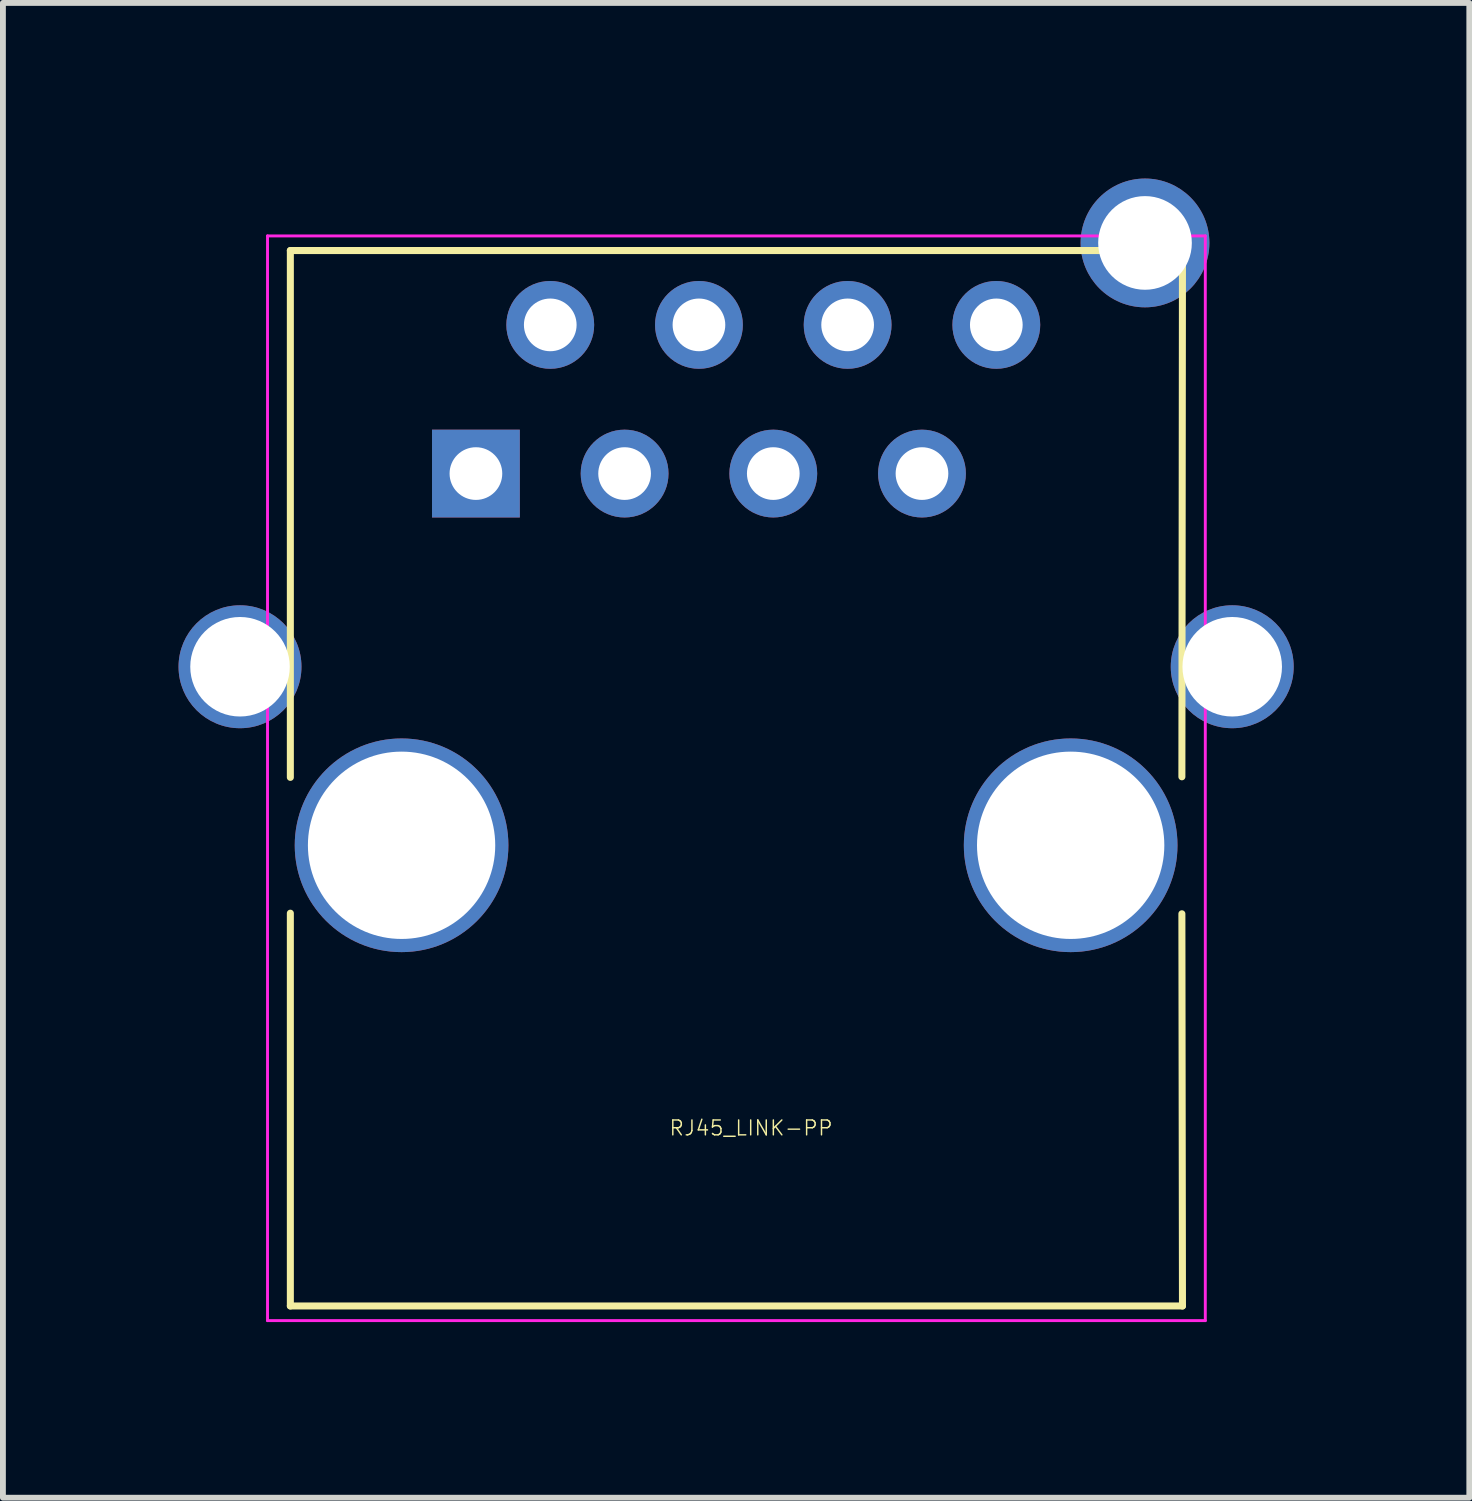
<source format=kicad_pcb>
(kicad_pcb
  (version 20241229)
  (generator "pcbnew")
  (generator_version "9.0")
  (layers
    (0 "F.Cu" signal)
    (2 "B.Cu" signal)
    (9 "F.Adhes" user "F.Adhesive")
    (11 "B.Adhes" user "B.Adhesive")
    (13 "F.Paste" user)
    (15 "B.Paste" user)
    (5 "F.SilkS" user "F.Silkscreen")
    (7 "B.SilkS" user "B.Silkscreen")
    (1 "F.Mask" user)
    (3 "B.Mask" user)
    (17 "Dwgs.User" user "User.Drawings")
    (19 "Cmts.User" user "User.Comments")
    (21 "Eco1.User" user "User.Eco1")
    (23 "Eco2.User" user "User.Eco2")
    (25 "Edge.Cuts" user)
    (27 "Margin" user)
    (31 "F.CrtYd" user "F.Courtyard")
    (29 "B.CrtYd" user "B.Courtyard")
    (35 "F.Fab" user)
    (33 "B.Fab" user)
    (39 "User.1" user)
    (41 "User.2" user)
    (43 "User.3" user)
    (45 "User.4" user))
  (footprint "RJ45_LINK-PP"
    (layer "F.Cu")
    (at 5.08 5.04)
    (property "Reference" "RJ45_LINK-PP" (at 4.7 11.18 0) (layer "F.SilkS") (effects (font (size 0.254 0.254) (thickness 0.025))))
    (attr through_hole)
    (fp_line (start -3.17 -3.81) (end -3.17 5.19) (stroke (width 0.12) (type solid)) (layer "F.SilkS"))
    (fp_line (start -3.17 7.51) (end -3.17 14.22) (stroke (width 0.12) (type solid)) (layer "F.SilkS"))
    (fp_line (start -3.17 14.22) (end 12.07 14.22) (stroke (width 0.12) (type solid)) (layer "F.SilkS"))
    (fp_line (start 12.06 7.52) (end 12.07 14.22) (stroke (width 0.12) (type solid)) (layer "F.SilkS"))
    (fp_line (start 12.07 -3.81) (end -3.17 -3.81) (stroke (width 0.12) (type solid)) (layer "F.SilkS"))
    (fp_line (start 12.07 -3.81) (end 12.06 5.18) (stroke (width 0.12) (type solid)) (layer "F.SilkS"))
    (fp_line (start -3.56 -4.06) (end -3.56 14.47) (stroke (width 0.05) (type solid)) (layer "F.CrtYd"))
    (fp_line (start -3.56 -4.06) (end 12.46 -4.06) (stroke (width 0.05) (type solid)) (layer "F.CrtYd"))
    (fp_line (start 12.46 14.47) (end -3.56 14.47) (stroke (width 0.05) (type solid)) (layer "F.CrtYd"))
    (fp_line (start 12.46 14.47) (end 12.46 -4.06) (stroke (width 0.05) (type solid)) (layer "F.CrtYd"))
    (pad "" thru_hole circle (at -1.27 6.35) (size 3.65 3.65) (drill 3.2) (layers "*.Cu" "*.Mask"))
    (pad "" thru_hole circle (at 10.16 6.35) (size 3.65 3.65) (drill 3.2) (layers "*.Cu" "*.Mask"))
    (pad "1" thru_hole rect (at 0 0) (size 1.5 1.5) (drill 0.9) (layers "*.Cu" "*.Mask"))
    (pad "2" thru_hole circle (at 1.27 -2.54) (size 1.5 1.5) (drill 0.9) (layers "*.Cu" "*.Mask"))
    (pad "3" thru_hole circle (at 2.54 0) (size 1.5 1.5) (drill 0.9) (layers "*.Cu" "*.Mask"))
    (pad "4" thru_hole circle (at 3.81 -2.54) (size 1.5 1.5) (drill 0.9) (layers "*.Cu" "*.Mask"))
    (pad "5" thru_hole circle (at 5.08 0) (size 1.5 1.5) (drill 0.9) (layers "*.Cu" "*.Mask"))
    (pad "6" thru_hole circle (at 6.35 -2.54) (size 1.5 1.5) (drill 0.9) (layers "*.Cu" "*.Mask"))
    (pad "7" thru_hole circle (at 7.62 0) (size 1.5 1.5) (drill 0.9) (layers "*.Cu" "*.Mask"))
    (pad "8" thru_hole circle (at 8.89 -2.54) (size 1.5 1.5) (drill 0.9) (layers "*.Cu" "*.Mask"))
    (pad "9" thru_hole circle (at -4.03 3.3) (size 2.1 2.1) (drill 1.7) (layers "*.Cu" "*.Mask"))
    (pad "10" thru_hole circle (at 11.43 -3.94) (size 2.2 2.2) (drill 1.6) (layers "*.Cu" "*.Mask"))
    (pad "11" thru_hole circle (at 12.92 3.3) (size 2.1 2.1) (drill 1.7) (layers "*.Cu" "*.Mask")))
  (gr_rect
    (start -3 -3)
    (end 22.05 22.535)
    (stroke (width 0.1) (type default))
    (fill no)
    (layer "Edge.Cuts")))
</source>
